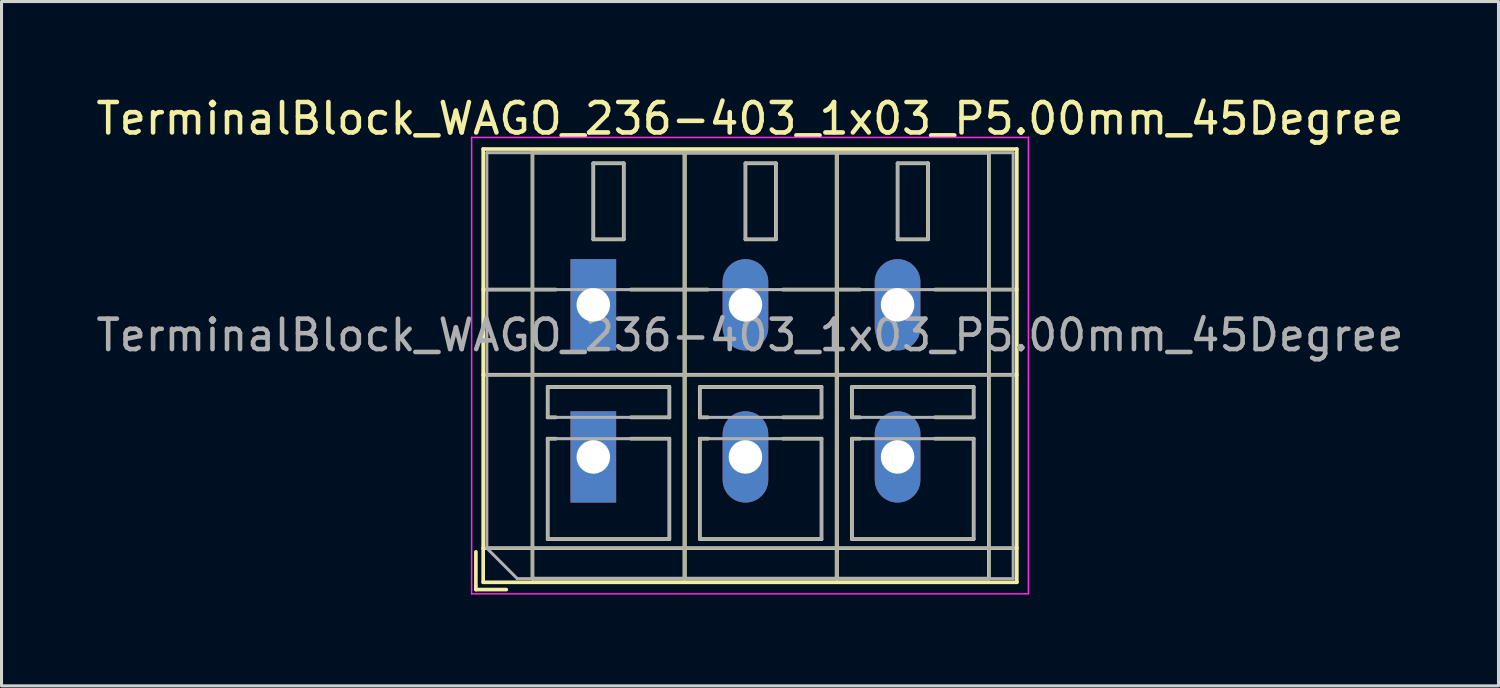
<source format=kicad_pcb>
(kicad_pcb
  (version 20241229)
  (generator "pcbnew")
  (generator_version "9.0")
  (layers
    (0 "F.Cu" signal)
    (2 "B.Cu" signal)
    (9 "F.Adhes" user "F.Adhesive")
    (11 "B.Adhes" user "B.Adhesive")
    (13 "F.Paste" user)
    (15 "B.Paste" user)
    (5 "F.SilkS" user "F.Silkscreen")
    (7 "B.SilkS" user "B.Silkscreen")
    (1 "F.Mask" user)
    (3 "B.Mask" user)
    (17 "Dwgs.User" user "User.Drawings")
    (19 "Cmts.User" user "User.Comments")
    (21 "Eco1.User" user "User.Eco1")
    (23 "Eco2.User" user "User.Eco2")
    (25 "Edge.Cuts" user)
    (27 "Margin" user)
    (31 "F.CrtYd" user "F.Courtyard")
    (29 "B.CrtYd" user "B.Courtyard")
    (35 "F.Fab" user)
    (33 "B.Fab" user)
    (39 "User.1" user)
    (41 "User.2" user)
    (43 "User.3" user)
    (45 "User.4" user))
  (footprint "TerminalBlock_WAGO_236-403_1x03_P5.00mm_45Degree"
    (layer "F.Cu")
    (at 16.451 6.968)
    (property "Reference" "TerminalBlock_WAGO_236-403_1x03_P5.00mm_45Degree" (at 5.15 -6.12 0) (layer "F.SilkS") (effects (font (size 1 1) (thickness 0.15))))
    (attr through_hole)
    (fp_line (start -3.86 8.12) (end -3.86 9.36) (stroke (width 0.12) (type solid)) (layer "F.SilkS"))
    (fp_line (start -3.86 9.36) (end -2.86 9.36) (stroke (width 0.12) (type solid)) (layer "F.SilkS"))
    (fp_line (start -3.62 -5.12) (end -3.62 9.12) (stroke (width 0.12) (type solid)) (layer "F.SilkS"))
    (fp_line (start -3.62 -5.12) (end 13.92 -5.12) (stroke (width 0.12) (type solid)) (layer "F.SilkS"))
    (fp_line (start -3.62 -0.5) (end -1.23 -0.5) (stroke (width 0.12) (type solid)) (layer "F.SilkS"))
    (fp_line (start -3.62 2.3) (end 13.92 2.3) (stroke (width 0.12) (type solid)) (layer "F.SilkS"))
    (fp_line (start -3.62 8) (end 13.92 8) (stroke (width 0.12) (type solid)) (layer "F.SilkS"))
    (fp_line (start -3.62 9.12) (end 13.92 9.12) (stroke (width 0.12) (type solid)) (layer "F.SilkS"))
    (fp_line (start -2 -5) (end -2 9) (stroke (width 0.12) (type solid)) (layer "F.SilkS"))
    (fp_line (start -2 -5) (end 3 -5) (stroke (width 0.12) (type solid)) (layer "F.SilkS"))
    (fp_line (start -2 9) (end 3 9) (stroke (width 0.12) (type solid)) (layer "F.SilkS"))
    (fp_line (start -1.5 2.7) (end -1.5 3.7) (stroke (width 0.12) (type solid)) (layer "F.SilkS"))
    (fp_line (start -1.5 2.7) (end 2.5 2.7) (stroke (width 0.12) (type solid)) (layer "F.SilkS"))
    (fp_line (start -1.5 3.7) (end -1.23 3.7) (stroke (width 0.12) (type solid)) (layer "F.SilkS"))
    (fp_line (start -1.5 4.4) (end -1.5 7.7) (stroke (width 0.12) (type solid)) (layer "F.SilkS"))
    (fp_line (start -1.5 4.4) (end -1.23 4.4) (stroke (width 0.12) (type solid)) (layer "F.SilkS"))
    (fp_line (start -1.5 7.7) (end 2.5 7.7) (stroke (width 0.12) (type solid)) (layer "F.SilkS"))
    (fp_line (start 0 -4.65) (end 0 -2.151) (stroke (width 0.12) (type solid)) (layer "F.SilkS"))
    (fp_line (start 0 -4.65) (end 1 -4.65) (stroke (width 0.12) (type solid)) (layer "F.SilkS"))
    (fp_line (start 0 -2.151) (end 1 -2.151) (stroke (width 0.12) (type solid)) (layer "F.SilkS"))
    (fp_line (start 1 -4.65) (end 1 -2.151) (stroke (width 0.12) (type solid)) (layer "F.SilkS"))
    (fp_line (start 1.23 -0.5) (end 3.77 -0.5) (stroke (width 0.12) (type solid)) (layer "F.SilkS"))
    (fp_line (start 1.23 3.7) (end 2.5 3.7) (stroke (width 0.12) (type solid)) (layer "F.SilkS"))
    (fp_line (start 1.23 4.4) (end 2.5 4.4) (stroke (width 0.12) (type solid)) (layer "F.SilkS"))
    (fp_line (start 2.5 2.7) (end 2.5 3.7) (stroke (width 0.12) (type solid)) (layer "F.SilkS"))
    (fp_line (start 2.5 4.4) (end 2.5 7.7) (stroke (width 0.12) (type solid)) (layer "F.SilkS"))
    (fp_line (start 3 -5) (end 3 9) (stroke (width 0.12) (type solid)) (layer "F.SilkS"))
    (fp_line (start 3 -5) (end 3 9) (stroke (width 0.12) (type solid)) (layer "F.SilkS"))
    (fp_line (start 3 -5) (end 8 -5) (stroke (width 0.12) (type solid)) (layer "F.SilkS"))
    (fp_line (start 3 9) (end 8 9) (stroke (width 0.12) (type solid)) (layer "F.SilkS"))
    (fp_line (start 3.5 2.7) (end 3.5 3.7) (stroke (width 0.12) (type solid)) (layer "F.SilkS"))
    (fp_line (start 3.5 2.7) (end 7.5 2.7) (stroke (width 0.12) (type solid)) (layer "F.SilkS"))
    (fp_line (start 3.5 3.7) (end 3.77 3.7) (stroke (width 0.12) (type solid)) (layer "F.SilkS"))
    (fp_line (start 3.5 4.4) (end 3.5 7.7) (stroke (width 0.12) (type solid)) (layer "F.SilkS"))
    (fp_line (start 3.5 4.4) (end 3.77 4.4) (stroke (width 0.12) (type solid)) (layer "F.SilkS"))
    (fp_line (start 3.5 7.7) (end 7.5 7.7) (stroke (width 0.12) (type solid)) (layer "F.SilkS"))
    (fp_line (start 5 -4.65) (end 5 -2.151) (stroke (width 0.12) (type solid)) (layer "F.SilkS"))
    (fp_line (start 5 -4.65) (end 6 -4.65) (stroke (width 0.12) (type solid)) (layer "F.SilkS"))
    (fp_line (start 5 -2.151) (end 6 -2.151) (stroke (width 0.12) (type solid)) (layer "F.SilkS"))
    (fp_line (start 6 -4.65) (end 6 -2.151) (stroke (width 0.12) (type solid)) (layer "F.SilkS"))
    (fp_line (start 6.23 -0.5) (end 8.77 -0.5) (stroke (width 0.12) (type solid)) (layer "F.SilkS"))
    (fp_line (start 6.23 3.7) (end 7.5 3.7) (stroke (width 0.12) (type solid)) (layer "F.SilkS"))
    (fp_line (start 6.23 4.4) (end 7.5 4.4) (stroke (width 0.12) (type solid)) (layer "F.SilkS"))
    (fp_line (start 7.5 2.7) (end 7.5 3.7) (stroke (width 0.12) (type solid)) (layer "F.SilkS"))
    (fp_line (start 7.5 4.4) (end 7.5 7.7) (stroke (width 0.12) (type solid)) (layer "F.SilkS"))
    (fp_line (start 8 -5) (end 8 9) (stroke (width 0.12) (type solid)) (layer "F.SilkS"))
    (fp_line (start 8 -5) (end 8 9) (stroke (width 0.12) (type solid)) (layer "F.SilkS"))
    (fp_line (start 8 -5) (end 13 -5) (stroke (width 0.12) (type solid)) (layer "F.SilkS"))
    (fp_line (start 8 9) (end 13 9) (stroke (width 0.12) (type solid)) (layer "F.SilkS"))
    (fp_line (start 8.5 2.7) (end 8.5 3.7) (stroke (width 0.12) (type solid)) (layer "F.SilkS"))
    (fp_line (start 8.5 2.7) (end 12.5 2.7) (stroke (width 0.12) (type solid)) (layer "F.SilkS"))
    (fp_line (start 8.5 3.7) (end 8.77 3.7) (stroke (width 0.12) (type solid)) (layer "F.SilkS"))
    (fp_line (start 8.5 4.4) (end 8.5 7.7) (stroke (width 0.12) (type solid)) (layer "F.SilkS"))
    (fp_line (start 8.5 4.4) (end 8.77 4.4) (stroke (width 0.12) (type solid)) (layer "F.SilkS"))
    (fp_line (start 8.5 7.7) (end 12.5 7.7) (stroke (width 0.12) (type solid)) (layer "F.SilkS"))
    (fp_line (start 10 -4.65) (end 10 -2.151) (stroke (width 0.12) (type solid)) (layer "F.SilkS"))
    (fp_line (start 10 -4.65) (end 11 -4.65) (stroke (width 0.12) (type solid)) (layer "F.SilkS"))
    (fp_line (start 10 -2.151) (end 11 -2.151) (stroke (width 0.12) (type solid)) (layer "F.SilkS"))
    (fp_line (start 11 -4.65) (end 11 -2.151) (stroke (width 0.12) (type solid)) (layer "F.SilkS"))
    (fp_line (start 11.23 -0.5) (end 13.92 -0.5) (stroke (width 0.12) (type solid)) (layer "F.SilkS"))
    (fp_line (start 11.23 3.7) (end 12.5 3.7) (stroke (width 0.12) (type solid)) (layer "F.SilkS"))
    (fp_line (start 11.23 4.4) (end 12.5 4.4) (stroke (width 0.12) (type solid)) (layer "F.SilkS"))
    (fp_line (start 12.5 2.7) (end 12.5 3.7) (stroke (width 0.12) (type solid)) (layer "F.SilkS"))
    (fp_line (start 12.5 4.4) (end 12.5 7.7) (stroke (width 0.12) (type solid)) (layer "F.SilkS"))
    (fp_line (start 13 -5) (end 13 9) (stroke (width 0.12) (type solid)) (layer "F.SilkS"))
    (fp_line (start 13.92 -5.12) (end 13.92 9.12) (stroke (width 0.12) (type solid)) (layer "F.SilkS"))
    (fp_line (start -4 -5.5) (end -4 9.5) (stroke (width 0.05) (type solid)) (layer "F.CrtYd"))
    (fp_line (start -4 9.5) (end 14.3 9.5) (stroke (width 0.05) (type solid)) (layer "F.CrtYd"))
    (fp_line (start 14.3 -5.5) (end -4 -5.5) (stroke (width 0.05) (type solid)) (layer "F.CrtYd"))
    (fp_line (start 14.3 9.5) (end 14.3 -5.5) (stroke (width 0.05) (type solid)) (layer "F.CrtYd"))
    (fp_line (start -3.5 -5) (end 13.8 -5) (stroke (width 0.1) (type solid)) (layer "F.Fab"))
    (fp_line (start -3.5 -0.5) (end 13.8 -0.5) (stroke (width 0.1) (type solid)) (layer "F.Fab"))
    (fp_line (start -3.5 2.3) (end 13.8 2.3) (stroke (width 0.1) (type solid)) (layer "F.Fab"))
    (fp_line (start -3.5 8) (end -3.5 -5) (stroke (width 0.1) (type solid)) (layer "F.Fab"))
    (fp_line (start -3.5 8) (end 13.8 8) (stroke (width 0.1) (type solid)) (layer "F.Fab"))
    (fp_line (start -2.5 9) (end -3.5 8) (stroke (width 0.1) (type solid)) (layer "F.Fab"))
    (fp_line (start -2 -5) (end -2 9) (stroke (width 0.1) (type solid)) (layer "F.Fab"))
    (fp_line (start -2 9) (end 3 9) (stroke (width 0.1) (type solid)) (layer "F.Fab"))
    (fp_line (start -1.5 2.7) (end -1.5 3.7) (stroke (width 0.1) (type solid)) (layer "F.Fab"))
    (fp_line (start -1.5 3.7) (end 2.5 3.7) (stroke (width 0.1) (type solid)) (layer "F.Fab"))
    (fp_line (start -1.5 4.4) (end -1.5 7.7) (stroke (width 0.1) (type solid)) (layer "F.Fab"))
    (fp_line (start -1.5 7.7) (end 2.5 7.7) (stroke (width 0.1) (type solid)) (layer "F.Fab"))
    (fp_line (start 0 -4.65) (end 0 -2.15) (stroke (width 0.1) (type solid)) (layer "F.Fab"))
    (fp_line (start 0 -2.15) (end 1 -2.15) (stroke (width 0.1) (type solid)) (layer "F.Fab"))
    (fp_line (start 1 -4.65) (end 0 -4.65) (stroke (width 0.1) (type solid)) (layer "F.Fab"))
    (fp_line (start 1 -2.15) (end 1 -4.65) (stroke (width 0.1) (type solid)) (layer "F.Fab"))
    (fp_line (start 2.5 2.7) (end -1.5 2.7) (stroke (width 0.1) (type solid)) (layer "F.Fab"))
    (fp_line (start 2.5 3.7) (end 2.5 2.7) (stroke (width 0.1) (type solid)) (layer "F.Fab"))
    (fp_line (start 2.5 4.4) (end -1.5 4.4) (stroke (width 0.1) (type solid)) (layer "F.Fab"))
    (fp_line (start 2.5 7.7) (end 2.5 4.4) (stroke (width 0.1) (type solid)) (layer "F.Fab"))
    (fp_line (start 3 -5) (end -2 -5) (stroke (width 0.1) (type solid)) (layer "F.Fab"))
    (fp_line (start 3 -5) (end 3 9) (stroke (width 0.1) (type solid)) (layer "F.Fab"))
    (fp_line (start 3 9) (end 3 -5) (stroke (width 0.1) (type solid)) (layer "F.Fab"))
    (fp_line (start 3 9) (end 8 9) (stroke (width 0.1) (type solid)) (layer "F.Fab"))
    (fp_line (start 3.5 2.7) (end 3.5 3.7) (stroke (width 0.1) (type solid)) (layer "F.Fab"))
    (fp_line (start 3.5 3.7) (end 7.5 3.7) (stroke (width 0.1) (type solid)) (layer "F.Fab"))
    (fp_line (start 3.5 4.4) (end 3.5 7.7) (stroke (width 0.1) (type solid)) (layer "F.Fab"))
    (fp_line (start 3.5 7.7) (end 7.5 7.7) (stroke (width 0.1) (type solid)) (layer "F.Fab"))
    (fp_line (start 5 -4.65) (end 5 -2.15) (stroke (width 0.1) (type solid)) (layer "F.Fab"))
    (fp_line (start 5 -2.15) (end 6 -2.15) (stroke (width 0.1) (type solid)) (layer "F.Fab"))
    (fp_line (start 6 -4.65) (end 5 -4.65) (stroke (width 0.1) (type solid)) (layer "F.Fab"))
    (fp_line (start 6 -2.15) (end 6 -4.65) (stroke (width 0.1) (type solid)) (layer "F.Fab"))
    (fp_line (start 7.5 2.7) (end 3.5 2.7) (stroke (width 0.1) (type solid)) (layer "F.Fab"))
    (fp_line (start 7.5 3.7) (end 7.5 2.7) (stroke (width 0.1) (type solid)) (layer "F.Fab"))
    (fp_line (start 7.5 4.4) (end 3.5 4.4) (stroke (width 0.1) (type solid)) (layer "F.Fab"))
    (fp_line (start 7.5 7.7) (end 7.5 4.4) (stroke (width 0.1) (type solid)) (layer "F.Fab"))
    (fp_line (start 8 -5) (end 3 -5) (stroke (width 0.1) (type solid)) (layer "F.Fab"))
    (fp_line (start 8 -5) (end 8 9) (stroke (width 0.1) (type solid)) (layer "F.Fab"))
    (fp_line (start 8 9) (end 8 -5) (stroke (width 0.1) (type solid)) (layer "F.Fab"))
    (fp_line (start 8 9) (end 13 9) (stroke (width 0.1) (type solid)) (layer "F.Fab"))
    (fp_line (start 8.5 2.7) (end 8.5 3.7) (stroke (width 0.1) (type solid)) (layer "F.Fab"))
    (fp_line (start 8.5 3.7) (end 12.5 3.7) (stroke (width 0.1) (type solid)) (layer "F.Fab"))
    (fp_line (start 8.5 4.4) (end 8.5 7.7) (stroke (width 0.1) (type solid)) (layer "F.Fab"))
    (fp_line (start 8.5 7.7) (end 12.5 7.7) (stroke (width 0.1) (type solid)) (layer "F.Fab"))
    (fp_line (start 10 -4.65) (end 10 -2.15) (stroke (width 0.1) (type solid)) (layer "F.Fab"))
    (fp_line (start 10 -2.15) (end 11 -2.15) (stroke (width 0.1) (type solid)) (layer "F.Fab"))
    (fp_line (start 11 -4.65) (end 10 -4.65) (stroke (width 0.1) (type solid)) (layer "F.Fab"))
    (fp_line (start 11 -2.15) (end 11 -4.65) (stroke (width 0.1) (type solid)) (layer "F.Fab"))
    (fp_line (start 12.5 2.7) (end 8.5 2.7) (stroke (width 0.1) (type solid)) (layer "F.Fab"))
    (fp_line (start 12.5 3.7) (end 12.5 2.7) (stroke (width 0.1) (type solid)) (layer "F.Fab"))
    (fp_line (start 12.5 4.4) (end 8.5 4.4) (stroke (width 0.1) (type solid)) (layer "F.Fab"))
    (fp_line (start 12.5 7.7) (end 12.5 4.4) (stroke (width 0.1) (type solid)) (layer "F.Fab"))
    (fp_line (start 13 -5) (end 8 -5) (stroke (width 0.1) (type solid)) (layer "F.Fab"))
    (fp_line (start 13 9) (end 13 -5) (stroke (width 0.1) (type solid)) (layer "F.Fab"))
    (fp_line (start 13.8 -5) (end 13.8 9) (stroke (width 0.1) (type solid)) (layer "F.Fab"))
    (fp_line (start 13.8 9) (end -2.5 9) (stroke (width 0.1) (type solid)) (layer "F.Fab"))
    (fp_text user "${REFERENCE}" (at 5.15 1 0) (layer "F.Fab") (effects (font (size 1 1) (thickness 0.15))))
    (pad "1" thru_hole rect (at 0 0) (size 1.5 3) (drill 1.1) (layers "*.Cu" "*.Mask"))
    (pad "1" thru_hole rect (at 0 5) (size 1.5 3) (drill 1.1) (layers "*.Cu" "*.Mask"))
    (pad "2" thru_hole oval (at 5 0) (size 1.5 3) (drill 1.1) (layers "*.Cu" "*.Mask"))
    (pad "2" thru_hole oval (at 5 5) (size 1.5 3) (drill 1.1) (layers "*.Cu" "*.Mask"))
    (pad "3" thru_hole oval (at 10 0) (size 1.5 3) (drill 1.1) (layers "*.Cu" "*.Mask"))
    (pad "3" thru_hole oval (at 10 5) (size 1.5 3) (drill 1.1) (layers "*.Cu" "*.Mask")))
  (gr_rect
    (start -3 -3)
    (end 46.202 19.493)
    (stroke (width 0.1) (type default))
    (fill no)
    (layer "Edge.Cuts")))
</source>
